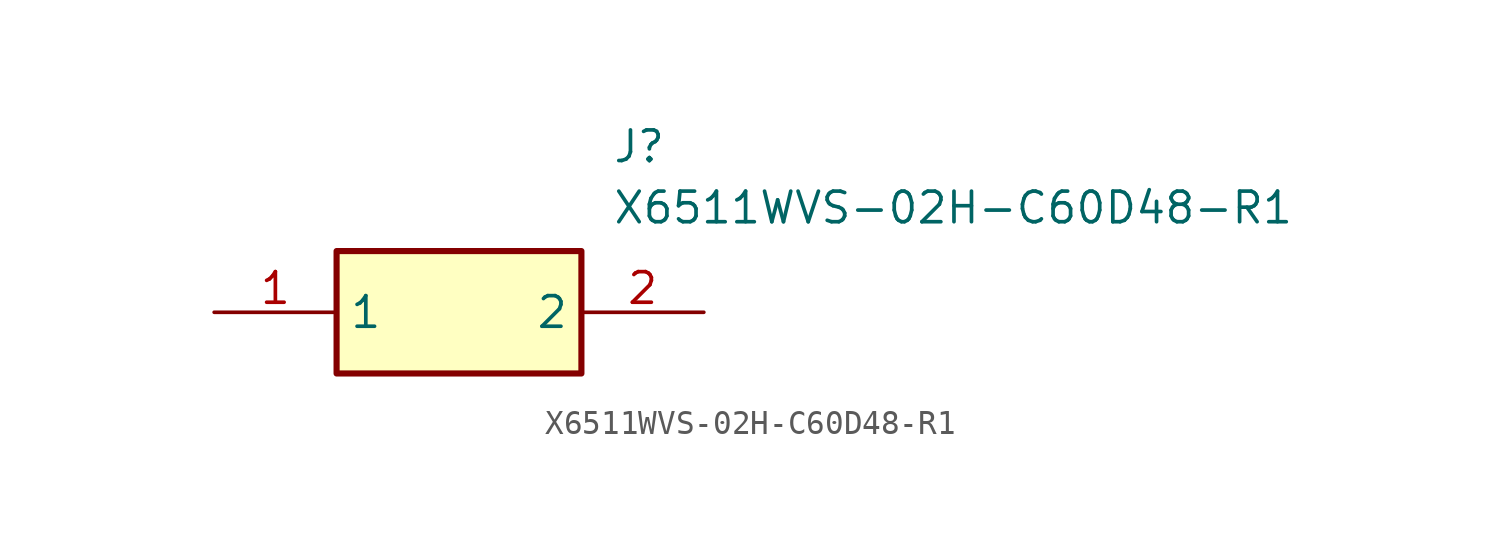
<source format=kicad_sym>
(kicad_symbol_lib
  (version 20211014)
  (generator SamacSys_ECAD_Model)
  (symbol "X6511WVS-02H-C60D48-R1"
    (property "Reference" "J"
      (at 16.51 7.62 0)
      (effects (font (size 1.27 1.27)) (justify left top)))
    (property "Value" "X6511WVS-02H-C60D48-R1"
      (at 16.51 5.08 0)
      (effects (font (size 1.27 1.27)) (justify left top)))
    (rectangle
      (start 5.08 2.54)
      (end 15.24 -2.54)
      (stroke (width 0.254) (type default))
      (fill (type background)))
    (pin passive line
      (at 0 0 0)
      (length 5.08)
      (name "1" (effects (font (size 1.27 1.27))))
      (number "1" (effects (font (size 1.27 1.27)))))
    (pin passive line
      (at 20.32 0 180)
      (length 5.08)
      (name "2" (effects (font (size 1.27 1.27))))
      (number "2" (effects (font (size 1.27 1.27)))))))
</source>
